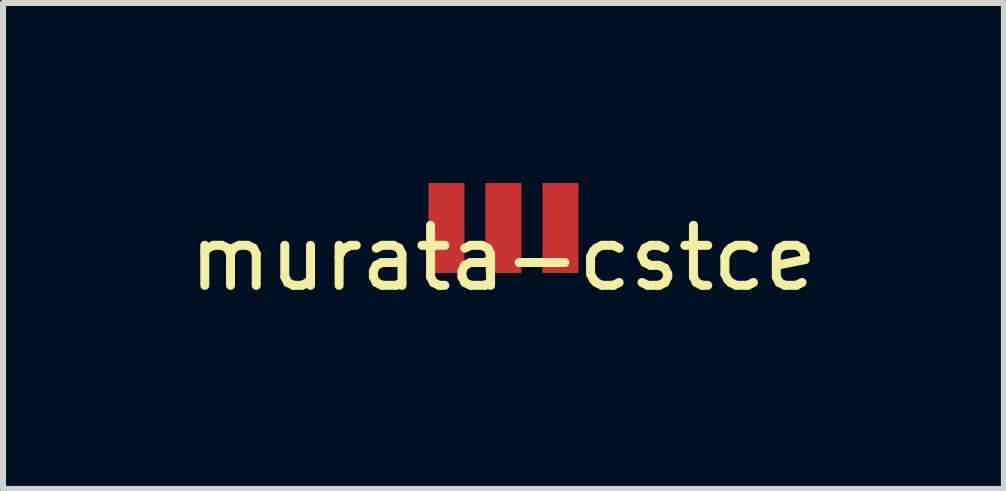
<source format=kicad_pcb>
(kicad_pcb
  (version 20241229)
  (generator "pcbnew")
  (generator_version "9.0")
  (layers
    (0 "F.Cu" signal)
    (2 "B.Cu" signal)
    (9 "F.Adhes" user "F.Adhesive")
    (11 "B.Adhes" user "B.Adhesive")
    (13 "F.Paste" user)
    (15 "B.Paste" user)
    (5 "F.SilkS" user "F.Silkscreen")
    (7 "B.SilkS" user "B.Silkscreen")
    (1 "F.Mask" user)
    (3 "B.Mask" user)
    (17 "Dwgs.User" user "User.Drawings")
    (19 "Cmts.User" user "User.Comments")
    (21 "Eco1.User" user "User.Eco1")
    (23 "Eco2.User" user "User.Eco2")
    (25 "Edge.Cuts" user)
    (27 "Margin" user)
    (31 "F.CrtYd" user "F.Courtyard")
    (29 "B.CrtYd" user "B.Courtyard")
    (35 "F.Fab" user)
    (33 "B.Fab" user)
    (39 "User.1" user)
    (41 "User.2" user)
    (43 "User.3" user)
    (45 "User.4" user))
  (footprint "murata-cstce"
    (layer "F.Cu")
    (at 5.339 0.75)
    (property "Reference" "murata-cstce" (at 0 0.5 0) (layer "F.SilkS") (effects (font (size 1 1) (thickness 0.15))))
    (attr through_hole)
    (pad "1" smd rect (at -0.95 0) (size 0.6 1.5) (layers "F.Cu" "F.Mask" "F.Paste"))
    (pad "2" smd rect (at 0 0) (size 0.6 1.5) (layers "F.Cu" "F.Mask" "F.Paste"))
    (pad "3" smd rect (at 0.95 0) (size 0.6 1.5) (layers "F.Cu" "F.Mask" "F.Paste")))
  (gr_rect
    (start -3 -3)
    (end 13.679 5.098)
    (stroke (width 0.1) (type default))
    (fill no)
    (layer "Edge.Cuts")))
</source>
